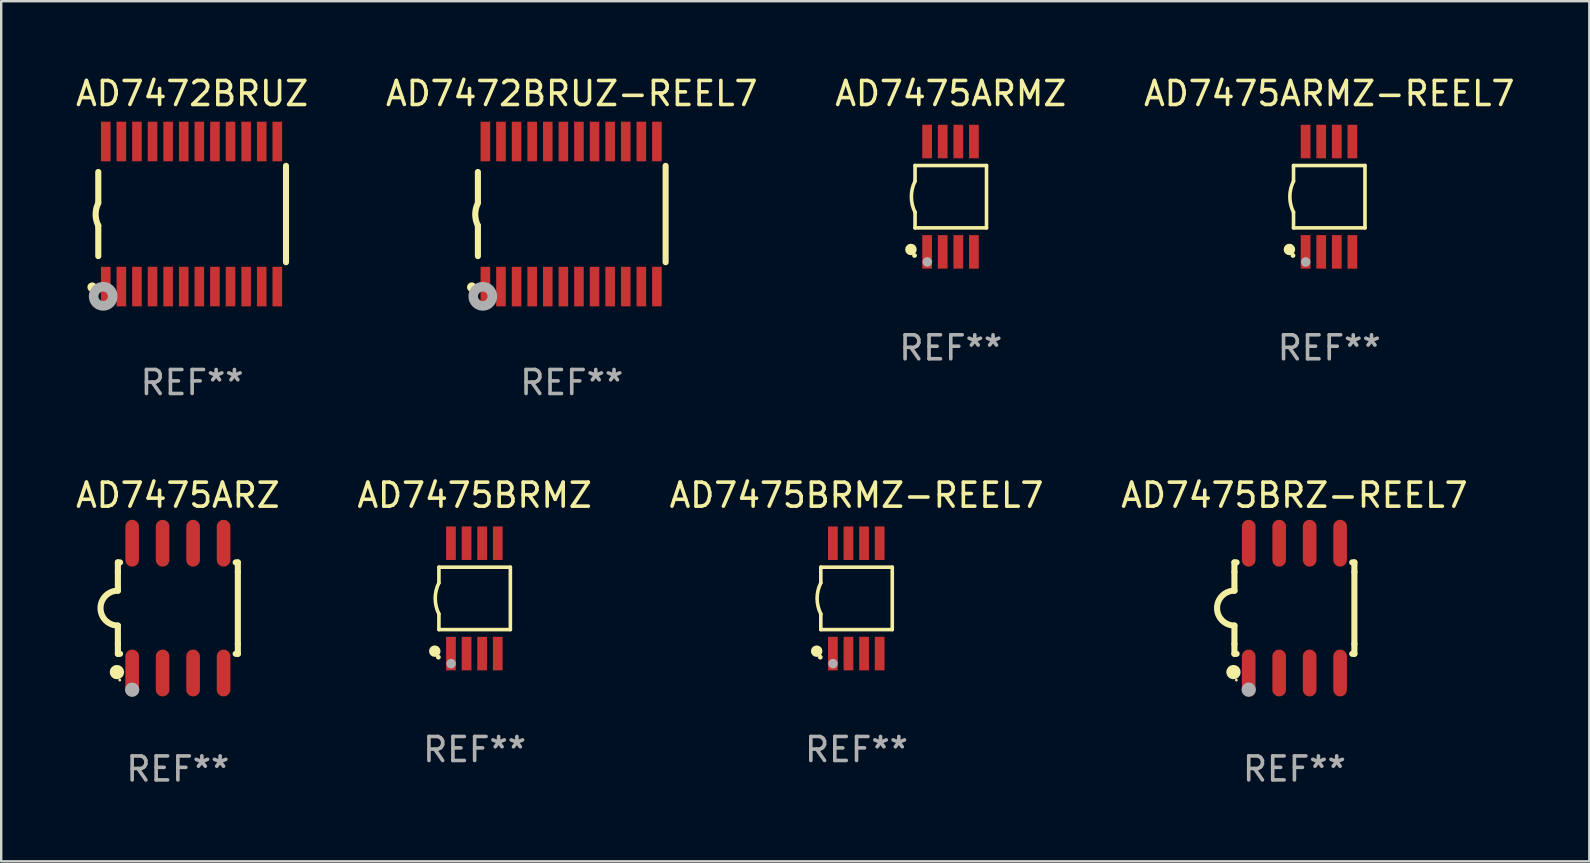
<source format=kicad_pcb>
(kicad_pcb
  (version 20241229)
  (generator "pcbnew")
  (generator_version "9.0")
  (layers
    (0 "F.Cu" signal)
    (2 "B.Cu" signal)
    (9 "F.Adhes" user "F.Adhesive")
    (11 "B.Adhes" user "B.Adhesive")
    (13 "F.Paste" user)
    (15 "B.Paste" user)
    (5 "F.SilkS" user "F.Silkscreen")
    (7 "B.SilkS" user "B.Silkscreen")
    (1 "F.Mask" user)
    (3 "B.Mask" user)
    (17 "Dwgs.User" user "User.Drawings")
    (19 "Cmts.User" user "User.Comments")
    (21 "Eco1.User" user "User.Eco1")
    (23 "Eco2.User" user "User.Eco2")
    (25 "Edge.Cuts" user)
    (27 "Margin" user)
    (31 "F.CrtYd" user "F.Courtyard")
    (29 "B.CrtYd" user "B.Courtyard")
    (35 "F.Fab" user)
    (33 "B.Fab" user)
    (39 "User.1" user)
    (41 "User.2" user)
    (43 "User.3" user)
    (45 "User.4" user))
  (footprint "AD7475ARMZ-REEL7"
    (layer "F.Cu")
    (at 52.351 5.148)
    (property "Reference" "AD7475ARMZ-REEL7" (at 0 -4.3 0) (layer "F.SilkS") (effects (font (size 1 1) (thickness 0.15))))
    (attr through_hole)
    (fp_line (start -1.489 -1.3) (end -1.489 -0.648) (stroke (width 0.15) (type solid)) (layer "F.SilkS"))
    (fp_line (start -1.489 0.648) (end -1.489 1.3) (stroke (width 0.15) (type solid)) (layer "F.SilkS"))
    (fp_line (start -1.489 1.3) (end 1.489 1.3) (stroke (width 0.15) (type solid)) (layer "F.SilkS"))
    (fp_line (start 1.489 -1.3) (end -1.489 -1.3) (stroke (width 0.15) (type solid)) (layer "F.SilkS"))
    (fp_line (start 1.489 1.3) (end 1.489 -1.3) (stroke (width 0.15) (type solid)) (layer "F.SilkS"))
    (fp_arc (start -1.489205 0.647702) (mid -1.642107 0) (end -1.489205 -0.647701) (stroke (width 0.150013) (type solid)) (layer "F.SilkS"))
    (fp_circle (center -1.661 2.2) (end -1.541 2.2) (stroke (width 0.24) (type solid)) (fill no) (layer "F.SilkS"))
    (fp_circle (center -1.511 2.45) (end -1.461 2.45) (stroke (width 0.1) (type solid)) (fill no) (layer "F.SilkS"))
    (fp_circle (center -0.981 2.72) (end -0.881 2.72) (stroke (width 0.2) (type solid)) (fill no) (layer "F.Fab"))
    (fp_text user "REF**" (at 0 6.3 0) (layer "F.Fab") (effects (font (size 1 1) (thickness 0.15))))
    (pad "1" smd rect (at -0.986 2.3) (size 0.406 1.397) (layers "F.Cu" "F.Mask" "F.Paste"))
    (pad "2" smd rect (at -0.336 2.3) (size 0.406 1.397) (layers "F.Cu" "F.Mask" "F.Paste"))
    (pad "3" smd rect (at 0.314 2.3) (size 0.406 1.397) (layers "F.Cu" "F.Mask" "F.Paste"))
    (pad "4" smd rect (at 0.964 2.3) (size 0.406 1.397) (layers "F.Cu" "F.Mask" "F.Paste"))
    (pad "5" smd rect (at 0.964 -2.3) (size 0.406 1.397) (layers "F.Cu" "F.Mask" "F.Paste"))
    (pad "6" smd rect (at 0.314 -2.3) (size 0.406 1.397) (layers "F.Cu" "F.Mask" "F.Paste"))
    (pad "7" smd rect (at -0.336 -2.3) (size 0.406 1.397) (layers "F.Cu" "F.Mask" "F.Paste"))
    (pad "8" smd rect (at -0.986 -2.3) (size 0.406 1.397) (layers "F.Cu" "F.Mask" "F.Paste")))
  (footprint "AD7475BRMZ-REEL7"
    (layer "F.Cu")
    (at 32.649 21.89)
    (property "Reference" "AD7475BRMZ-REEL7" (at 0 -4.3 0) (layer "F.SilkS") (effects (font (size 1 1) (thickness 0.15))))
    (attr through_hole)
    (fp_line (start -1.489 -1.3) (end -1.489 -0.648) (stroke (width 0.15) (type solid)) (layer "F.SilkS"))
    (fp_line (start -1.489 0.648) (end -1.489 1.3) (stroke (width 0.15) (type solid)) (layer "F.SilkS"))
    (fp_line (start -1.489 1.3) (end 1.489 1.3) (stroke (width 0.15) (type solid)) (layer "F.SilkS"))
    (fp_line (start 1.489 -1.3) (end -1.489 -1.3) (stroke (width 0.15) (type solid)) (layer "F.SilkS"))
    (fp_line (start 1.489 1.3) (end 1.489 -1.3) (stroke (width 0.15) (type solid)) (layer "F.SilkS"))
    (fp_arc (start -1.489205 0.647702) (mid -1.642107 0) (end -1.489205 -0.647701) (stroke (width 0.150013) (type solid)) (layer "F.SilkS"))
    (fp_circle (center -1.661 2.2) (end -1.541 2.2) (stroke (width 0.24) (type solid)) (fill no) (layer "F.SilkS"))
    (fp_circle (center -1.511 2.45) (end -1.461 2.45) (stroke (width 0.1) (type solid)) (fill no) (layer "F.SilkS"))
    (fp_circle (center -0.981 2.72) (end -0.881 2.72) (stroke (width 0.2) (type solid)) (fill no) (layer "F.Fab"))
    (fp_text user "REF**" (at 0 6.3 0) (layer "F.Fab") (effects (font (size 1 1) (thickness 0.15))))
    (pad "1" smd rect (at -0.986 2.3) (size 0.406 1.397) (layers "F.Cu" "F.Mask" "F.Paste"))
    (pad "2" smd rect (at -0.336 2.3) (size 0.406 1.397) (layers "F.Cu" "F.Mask" "F.Paste"))
    (pad "3" smd rect (at 0.314 2.3) (size 0.406 1.397) (layers "F.Cu" "F.Mask" "F.Paste"))
    (pad "4" smd rect (at 0.964 2.3) (size 0.406 1.397) (layers "F.Cu" "F.Mask" "F.Paste"))
    (pad "5" smd rect (at 0.964 -2.3) (size 0.406 1.397) (layers "F.Cu" "F.Mask" "F.Paste"))
    (pad "6" smd rect (at 0.314 -2.3) (size 0.406 1.397) (layers "F.Cu" "F.Mask" "F.Paste"))
    (pad "7" smd rect (at -0.336 -2.3) (size 0.406 1.397) (layers "F.Cu" "F.Mask" "F.Paste"))
    (pad "8" smd rect (at -0.986 -2.3) (size 0.406 1.397) (layers "F.Cu" "F.Mask" "F.Paste")))
  (footprint "AD7472BRUZ-REEL7"
    (layer "F.Cu")
    (at 20.78 5.871)
    (property "Reference" "AD7472BRUZ-REEL7" (at 0 -5.023 0) (layer "F.SilkS") (effects (font (size 1 1) (thickness 0.15))))
    (attr through_hole)
    (fp_line (start -3.912 -0.483) (end -3.912 -1.753) (stroke (width 0.254) (type solid)) (layer "F.SilkS"))
    (fp_line (start -3.912 1.753) (end -3.912 0.483) (stroke (width 0.254) (type solid)) (layer "F.SilkS"))
    (fp_line (start 3.912 -2.007) (end 3.912 2.007) (stroke (width 0.254) (type solid)) (layer "F.SilkS"))
    (fp_arc (start -3.911608 0.482601) (mid -4.022537 0.0127) (end -3.911608 -0.457201) (stroke (width 0.254001) (type solid)) (layer "F.SilkS"))
    (fp_circle (center -4.166 3.048) (end -4.066 3.048) (stroke (width 0.2) (type solid)) (fill no) (layer "F.SilkS"))
    (fp_circle (center -3.925 3.186) (end -3.895 3.186) (stroke (width 0.06) (type solid)) (fill no) (layer "F.SilkS"))
    (fp_circle (center -3.708 3.429) (end -3.509 3.429) (stroke (width 0.4) (type solid)) (fill no) (layer "F.Fab"))
    (fp_text user "REF**" (at 0 7.023 0) (layer "F.Fab") (effects (font (size 1 1) (thickness 0.15))))
    (pad "1" smd rect (at -3.6 3.023) (size 0.4 1.65) (layers "F.Cu" "F.Mask" "F.Paste"))
    (pad "2" smd rect (at -2.95 3.023) (size 0.4 1.65) (layers "F.Cu" "F.Mask" "F.Paste"))
    (pad "3" smd rect (at -2.3 3.023) (size 0.4 1.65) (layers "F.Cu" "F.Mask" "F.Paste"))
    (pad "4" smd rect (at -1.65 3.023) (size 0.4 1.65) (layers "F.Cu" "F.Mask" "F.Paste"))
    (pad "5" smd rect (at -1 3.023) (size 0.4 1.65) (layers "F.Cu" "F.Mask" "F.Paste"))
    (pad "6" smd rect (at -0.35 3.023) (size 0.4 1.65) (layers "F.Cu" "F.Mask" "F.Paste"))
    (pad "7" smd rect (at 0.299 3.023) (size 0.4 1.65) (layers "F.Cu" "F.Mask" "F.Paste"))
    (pad "8" smd rect (at 0.95 3.023) (size 0.4 1.65) (layers "F.Cu" "F.Mask" "F.Paste"))
    (pad "9" smd rect (at 1.6 3.023) (size 0.4 1.65) (layers "F.Cu" "F.Mask" "F.Paste"))
    (pad "10" smd rect (at 2.25 3.023) (size 0.4 1.65) (layers "F.Cu" "F.Mask" "F.Paste"))
    (pad "11" smd rect (at 2.9 3.023) (size 0.4 1.65) (layers "F.Cu" "F.Mask" "F.Paste"))
    (pad "12" smd rect (at 3.549 3.023) (size 0.4 1.65) (layers "F.Cu" "F.Mask" "F.Paste"))
    (pad "13" smd rect (at 3.549 -3.023) (size 0.4 1.65) (layers "F.Cu" "F.Mask" "F.Paste"))
    (pad "14" smd rect (at 2.9 -3.023) (size 0.4 1.65) (layers "F.Cu" "F.Mask" "F.Paste"))
    (pad "15" smd rect (at 2.25 -3.023) (size 0.4 1.65) (layers "F.Cu" "F.Mask" "F.Paste"))
    (pad "16" smd rect (at 1.6 -3.023) (size 0.4 1.65) (layers "F.Cu" "F.Mask" "F.Paste"))
    (pad "17" smd rect (at 0.95 -3.023) (size 0.4 1.65) (layers "F.Cu" "F.Mask" "F.Paste"))
    (pad "18" smd rect (at 0.299 -3.023) (size 0.4 1.65) (layers "F.Cu" "F.Mask" "F.Paste"))
    (pad "19" smd rect (at -0.35 -3.023) (size 0.4 1.65) (layers "F.Cu" "F.Mask" "F.Paste"))
    (pad "20" smd rect (at -1 -3.023) (size 0.4 1.65) (layers "F.Cu" "F.Mask" "F.Paste"))
    (pad "21" smd rect (at -1.65 -3.023) (size 0.4 1.65) (layers "F.Cu" "F.Mask" "F.Paste"))
    (pad "22" smd rect (at -2.3 -3.023) (size 0.4 1.65) (layers "F.Cu" "F.Mask" "F.Paste"))
    (pad "23" smd rect (at -2.95 -3.023) (size 0.4 1.65) (layers "F.Cu" "F.Mask" "F.Paste"))
    (pad "24" smd rect (at -3.6 -3.023) (size 0.4 1.65) (layers "F.Cu" "F.Mask" "F.Paste")))
  (footprint "AD7475BRMZ"
    (layer "F.Cu")
    (at 16.732 21.89)
    (property "Reference" "AD7475BRMZ" (at 0 -4.3 0) (layer "F.SilkS") (effects (font (size 1 1) (thickness 0.15))))
    (attr through_hole)
    (fp_line (start -1.489 -1.3) (end -1.489 -0.648) (stroke (width 0.15) (type solid)) (layer "F.SilkS"))
    (fp_line (start -1.489 0.648) (end -1.489 1.3) (stroke (width 0.15) (type solid)) (layer "F.SilkS"))
    (fp_line (start -1.489 1.3) (end 1.489 1.3) (stroke (width 0.15) (type solid)) (layer "F.SilkS"))
    (fp_line (start 1.489 -1.3) (end -1.489 -1.3) (stroke (width 0.15) (type solid)) (layer "F.SilkS"))
    (fp_line (start 1.489 1.3) (end 1.489 -1.3) (stroke (width 0.15) (type solid)) (layer "F.SilkS"))
    (fp_arc (start -1.489205 0.647702) (mid -1.642107 0) (end -1.489205 -0.647701) (stroke (width 0.150013) (type solid)) (layer "F.SilkS"))
    (fp_circle (center -1.661 2.2) (end -1.541 2.2) (stroke (width 0.24) (type solid)) (fill no) (layer "F.SilkS"))
    (fp_circle (center -1.511 2.45) (end -1.461 2.45) (stroke (width 0.1) (type solid)) (fill no) (layer "F.SilkS"))
    (fp_circle (center -0.981 2.72) (end -0.881 2.72) (stroke (width 0.2) (type solid)) (fill no) (layer "F.Fab"))
    (fp_text user "REF**" (at 0 6.3 0) (layer "F.Fab") (effects (font (size 1 1) (thickness 0.15))))
    (pad "1" smd rect (at -0.986 2.3) (size 0.406 1.397) (layers "F.Cu" "F.Mask" "F.Paste"))
    (pad "2" smd rect (at -0.336 2.3) (size 0.406 1.397) (layers "F.Cu" "F.Mask" "F.Paste"))
    (pad "3" smd rect (at 0.314 2.3) (size 0.406 1.397) (layers "F.Cu" "F.Mask" "F.Paste"))
    (pad "4" smd rect (at 0.964 2.3) (size 0.406 1.397) (layers "F.Cu" "F.Mask" "F.Paste"))
    (pad "5" smd rect (at 0.964 -2.3) (size 0.406 1.397) (layers "F.Cu" "F.Mask" "F.Paste"))
    (pad "6" smd rect (at 0.314 -2.3) (size 0.406 1.397) (layers "F.Cu" "F.Mask" "F.Paste"))
    (pad "7" smd rect (at -0.336 -2.3) (size 0.406 1.397) (layers "F.Cu" "F.Mask" "F.Paste"))
    (pad "8" smd rect (at -0.986 -2.3) (size 0.406 1.397) (layers "F.Cu" "F.Mask" "F.Paste")))
  (footprint "AD7475ARZ"
    (layer "F.Cu")
    (at 4.363 22.295)
    (property "Reference" "AD7475ARZ" (at 0 -4.705 0) (layer "F.SilkS") (effects (font (size 1 1) (thickness 0.15))))
    (attr through_hole)
    (fp_line (start -2.5 -1.905) (end -2.409 -1.905) (stroke (width 0.254) (type solid)) (layer "F.SilkS"))
    (fp_line (start -2.5 -1.5) (end -2.5 -1.905) (stroke (width 0.254) (type solid)) (layer "F.SilkS"))
    (fp_line (start -2.5 -1.5) (end -2.5 -0.726) (stroke (width 0.254) (type solid)) (layer "F.SilkS"))
    (fp_line (start -2.5 1.5) (end -2.5 0.727) (stroke (width 0.254) (type solid)) (layer "F.SilkS"))
    (fp_line (start -2.5 1.5) (end -2.5 1.905) (stroke (width 0.254) (type solid)) (layer "F.SilkS"))
    (fp_line (start -2.5 1.905) (end -2.409 1.905) (stroke (width 0.254) (type solid)) (layer "F.SilkS"))
    (fp_line (start 2.5 -1.905) (end 2.409 -1.905) (stroke (width 0.254) (type solid)) (layer "F.SilkS"))
    (fp_line (start 2.5 -1.5) (end 2.5 -1.905) (stroke (width 0.254) (type solid)) (layer "F.SilkS"))
    (fp_line (start 2.5 -1.5) (end 2.5 1.5) (stroke (width 0.254) (type solid)) (layer "F.SilkS"))
    (fp_line (start 2.5 1.5) (end 2.5 1.905) (stroke (width 0.254) (type solid)) (layer "F.SilkS"))
    (fp_line (start 2.5 1.905) (end 2.409 1.905) (stroke (width 0.254) (type solid)) (layer "F.SilkS"))
    (fp_arc (start -2.5 0.726568) (mid -3.220316 -0.0023) (end -2.495097 -0.726289) (stroke (width 0.254001) (type solid)) (layer "F.SilkS"))
    (fp_circle (center -2.54 2.667) (end -2.39 2.667) (stroke (width 0.3) (type solid)) (fill no) (layer "F.SilkS"))
    (fp_circle (center -2.42 3) (end -2.39 3) (stroke (width 0.06) (type solid)) (fill no) (layer "F.SilkS"))
    (fp_circle (center -1.905 3.4) (end -1.755 3.4) (stroke (width 0.3) (type solid)) (fill no) (layer "F.Fab"))
    (fp_text user "REF**" (at 0 6.705 0) (layer "F.Fab") (effects (font (size 1 1) (thickness 0.15))))
    (pad "1" smd oval (at -1.905 2.705) (size 0.568 1.95) (layers "F.Cu" "F.Mask" "F.Paste"))
    (pad "2" smd oval (at -0.635 2.705) (size 0.568 1.95) (layers "F.Cu" "F.Mask" "F.Paste"))
    (pad "3" smd oval (at 0.635 2.705) (size 0.568 1.95) (layers "F.Cu" "F.Mask" "F.Paste"))
    (pad "4" smd oval (at 1.905 2.705) (size 0.568 1.95) (layers "F.Cu" "F.Mask" "F.Paste"))
    (pad "5" smd oval (at 1.905 -2.705) (size 0.568 1.95) (layers "F.Cu" "F.Mask" "F.Paste"))
    (pad "6" smd oval (at 0.635 -2.705) (size 0.568 1.95) (layers "F.Cu" "F.Mask" "F.Paste"))
    (pad "7" smd oval (at -0.635 -2.705) (size 0.568 1.95) (layers "F.Cu" "F.Mask" "F.Paste"))
    (pad "8" smd oval (at -1.905 -2.705) (size 0.568 1.95) (layers "F.Cu" "F.Mask" "F.Paste")))
  (footprint "AD7475ARMZ"
    (layer "F.Cu")
    (at 36.577 5.148)
    (property "Reference" "AD7475ARMZ" (at 0 -4.3 0) (layer "F.SilkS") (effects (font (size 1 1) (thickness 0.15))))
    (attr through_hole)
    (fp_line (start -1.489 -1.3) (end -1.489 -0.648) (stroke (width 0.15) (type solid)) (layer "F.SilkS"))
    (fp_line (start -1.489 0.648) (end -1.489 1.3) (stroke (width 0.15) (type solid)) (layer "F.SilkS"))
    (fp_line (start -1.489 1.3) (end 1.489 1.3) (stroke (width 0.15) (type solid)) (layer "F.SilkS"))
    (fp_line (start 1.489 -1.3) (end -1.489 -1.3) (stroke (width 0.15) (type solid)) (layer "F.SilkS"))
    (fp_line (start 1.489 1.3) (end 1.489 -1.3) (stroke (width 0.15) (type solid)) (layer "F.SilkS"))
    (fp_arc (start -1.489205 0.647702) (mid -1.642107 0) (end -1.489205 -0.647701) (stroke (width 0.150013) (type solid)) (layer "F.SilkS"))
    (fp_circle (center -1.661 2.2) (end -1.541 2.2) (stroke (width 0.24) (type solid)) (fill no) (layer "F.SilkS"))
    (fp_circle (center -1.511 2.45) (end -1.461 2.45) (stroke (width 0.1) (type solid)) (fill no) (layer "F.SilkS"))
    (fp_circle (center -0.981 2.72) (end -0.881 2.72) (stroke (width 0.2) (type solid)) (fill no) (layer "F.Fab"))
    (fp_text user "REF**" (at 0 6.3 0) (layer "F.Fab") (effects (font (size 1 1) (thickness 0.15))))
    (pad "1" smd rect (at -0.986 2.3) (size 0.406 1.397) (layers "F.Cu" "F.Mask" "F.Paste"))
    (pad "2" smd rect (at -0.336 2.3) (size 0.406 1.397) (layers "F.Cu" "F.Mask" "F.Paste"))
    (pad "3" smd rect (at 0.314 2.3) (size 0.406 1.397) (layers "F.Cu" "F.Mask" "F.Paste"))
    (pad "4" smd rect (at 0.964 2.3) (size 0.406 1.397) (layers "F.Cu" "F.Mask" "F.Paste"))
    (pad "5" smd rect (at 0.964 -2.3) (size 0.406 1.397) (layers "F.Cu" "F.Mask" "F.Paste"))
    (pad "6" smd rect (at 0.314 -2.3) (size 0.406 1.397) (layers "F.Cu" "F.Mask" "F.Paste"))
    (pad "7" smd rect (at -0.336 -2.3) (size 0.406 1.397) (layers "F.Cu" "F.Mask" "F.Paste"))
    (pad "8" smd rect (at -0.986 -2.3) (size 0.406 1.397) (layers "F.Cu" "F.Mask" "F.Paste")))
  (footprint "AD7472BRUZ"
    (layer "F.Cu")
    (at 4.958 5.871)
    (property "Reference" "AD7472BRUZ" (at 0 -5.023 0) (layer "F.SilkS") (effects (font (size 1 1) (thickness 0.15))))
    (attr through_hole)
    (fp_line (start -3.912 -0.483) (end -3.912 -1.753) (stroke (width 0.254) (type solid)) (layer "F.SilkS"))
    (fp_line (start -3.912 1.753) (end -3.912 0.483) (stroke (width 0.254) (type solid)) (layer "F.SilkS"))
    (fp_line (start 3.912 -2.007) (end 3.912 2.007) (stroke (width 0.254) (type solid)) (layer "F.SilkS"))
    (fp_arc (start -3.911608 0.482601) (mid -4.022537 0.0127) (end -3.911608 -0.457201) (stroke (width 0.254001) (type solid)) (layer "F.SilkS"))
    (fp_circle (center -4.166 3.048) (end -4.066 3.048) (stroke (width 0.2) (type solid)) (fill no) (layer "F.SilkS"))
    (fp_circle (center -3.925 3.186) (end -3.895 3.186) (stroke (width 0.06) (type solid)) (fill no) (layer "F.SilkS"))
    (fp_circle (center -3.708 3.429) (end -3.509 3.429) (stroke (width 0.4) (type solid)) (fill no) (layer "F.Fab"))
    (fp_text user "REF**" (at 0 7.023 0) (layer "F.Fab") (effects (font (size 1 1) (thickness 0.15))))
    (pad "1" smd rect (at -3.6 3.023) (size 0.4 1.65) (layers "F.Cu" "F.Mask" "F.Paste"))
    (pad "2" smd rect (at -2.95 3.023) (size 0.4 1.65) (layers "F.Cu" "F.Mask" "F.Paste"))
    (pad "3" smd rect (at -2.3 3.023) (size 0.4 1.65) (layers "F.Cu" "F.Mask" "F.Paste"))
    (pad "4" smd rect (at -1.65 3.023) (size 0.4 1.65) (layers "F.Cu" "F.Mask" "F.Paste"))
    (pad "5" smd rect (at -1 3.023) (size 0.4 1.65) (layers "F.Cu" "F.Mask" "F.Paste"))
    (pad "6" smd rect (at -0.35 3.023) (size 0.4 1.65) (layers "F.Cu" "F.Mask" "F.Paste"))
    (pad "7" smd rect (at 0.299 3.023) (size 0.4 1.65) (layers "F.Cu" "F.Mask" "F.Paste"))
    (pad "8" smd rect (at 0.95 3.023) (size 0.4 1.65) (layers "F.Cu" "F.Mask" "F.Paste"))
    (pad "9" smd rect (at 1.6 3.023) (size 0.4 1.65) (layers "F.Cu" "F.Mask" "F.Paste"))
    (pad "10" smd rect (at 2.25 3.023) (size 0.4 1.65) (layers "F.Cu" "F.Mask" "F.Paste"))
    (pad "11" smd rect (at 2.9 3.023) (size 0.4 1.65) (layers "F.Cu" "F.Mask" "F.Paste"))
    (pad "12" smd rect (at 3.549 3.023) (size 0.4 1.65) (layers "F.Cu" "F.Mask" "F.Paste"))
    (pad "13" smd rect (at 3.549 -3.023) (size 0.4 1.65) (layers "F.Cu" "F.Mask" "F.Paste"))
    (pad "14" smd rect (at 2.9 -3.023) (size 0.4 1.65) (layers "F.Cu" "F.Mask" "F.Paste"))
    (pad "15" smd rect (at 2.25 -3.023) (size 0.4 1.65) (layers "F.Cu" "F.Mask" "F.Paste"))
    (pad "16" smd rect (at 1.6 -3.023) (size 0.4 1.65) (layers "F.Cu" "F.Mask" "F.Paste"))
    (pad "17" smd rect (at 0.95 -3.023) (size 0.4 1.65) (layers "F.Cu" "F.Mask" "F.Paste"))
    (pad "18" smd rect (at 0.299 -3.023) (size 0.4 1.65) (layers "F.Cu" "F.Mask" "F.Paste"))
    (pad "19" smd rect (at -0.35 -3.023) (size 0.4 1.65) (layers "F.Cu" "F.Mask" "F.Paste"))
    (pad "20" smd rect (at -1 -3.023) (size 0.4 1.65) (layers "F.Cu" "F.Mask" "F.Paste"))
    (pad "21" smd rect (at -1.65 -3.023) (size 0.4 1.65) (layers "F.Cu" "F.Mask" "F.Paste"))
    (pad "22" smd rect (at -2.3 -3.023) (size 0.4 1.65) (layers "F.Cu" "F.Mask" "F.Paste"))
    (pad "23" smd rect (at -2.95 -3.023) (size 0.4 1.65) (layers "F.Cu" "F.Mask" "F.Paste"))
    (pad "24" smd rect (at -3.6 -3.023) (size 0.4 1.65) (layers "F.Cu" "F.Mask" "F.Paste")))
  (footprint "AD7475BRZ-REEL7"
    (layer "F.Cu")
    (at 50.899 22.295)
    (property "Reference" "AD7475BRZ-REEL7" (at 0 -4.705 0) (layer "F.SilkS") (effects (font (size 1 1) (thickness 0.15))))
    (attr through_hole)
    (fp_line (start -2.5 -1.905) (end -2.409 -1.905) (stroke (width 0.254) (type solid)) (layer "F.SilkS"))
    (fp_line (start -2.5 -1.5) (end -2.5 -1.905) (stroke (width 0.254) (type solid)) (layer "F.SilkS"))
    (fp_line (start -2.5 -1.5) (end -2.5 -0.726) (stroke (width 0.254) (type solid)) (layer "F.SilkS"))
    (fp_line (start -2.5 1.5) (end -2.5 0.727) (stroke (width 0.254) (type solid)) (layer "F.SilkS"))
    (fp_line (start -2.5 1.5) (end -2.5 1.905) (stroke (width 0.254) (type solid)) (layer "F.SilkS"))
    (fp_line (start -2.5 1.905) (end -2.409 1.905) (stroke (width 0.254) (type solid)) (layer "F.SilkS"))
    (fp_line (start 2.5 -1.905) (end 2.409 -1.905) (stroke (width 0.254) (type solid)) (layer "F.SilkS"))
    (fp_line (start 2.5 -1.5) (end 2.5 -1.905) (stroke (width 0.254) (type solid)) (layer "F.SilkS"))
    (fp_line (start 2.5 -1.5) (end 2.5 1.5) (stroke (width 0.254) (type solid)) (layer "F.SilkS"))
    (fp_line (start 2.5 1.5) (end 2.5 1.905) (stroke (width 0.254) (type solid)) (layer "F.SilkS"))
    (fp_line (start 2.5 1.905) (end 2.409 1.905) (stroke (width 0.254) (type solid)) (layer "F.SilkS"))
    (fp_arc (start -2.5 0.726568) (mid -3.220316 -0.0023) (end -2.495097 -0.726289) (stroke (width 0.254001) (type solid)) (layer "F.SilkS"))
    (fp_circle (center -2.54 2.667) (end -2.39 2.667) (stroke (width 0.3) (type solid)) (fill no) (layer "F.SilkS"))
    (fp_circle (center -2.42 3) (end -2.39 3) (stroke (width 0.06) (type solid)) (fill no) (layer "F.SilkS"))
    (fp_circle (center -1.905 3.4) (end -1.755 3.4) (stroke (width 0.3) (type solid)) (fill no) (layer "F.Fab"))
    (fp_text user "REF**" (at 0 6.705 0) (layer "F.Fab") (effects (font (size 1 1) (thickness 0.15))))
    (pad "1" smd oval (at -1.905 2.705) (size 0.568 1.95) (layers "F.Cu" "F.Mask" "F.Paste"))
    (pad "2" smd oval (at -0.635 2.705) (size 0.568 1.95) (layers "F.Cu" "F.Mask" "F.Paste"))
    (pad "3" smd oval (at 0.635 2.705) (size 0.568 1.95) (layers "F.Cu" "F.Mask" "F.Paste"))
    (pad "4" smd oval (at 1.905 2.705) (size 0.568 1.95) (layers "F.Cu" "F.Mask" "F.Paste"))
    (pad "5" smd oval (at 1.905 -2.705) (size 0.568 1.95) (layers "F.Cu" "F.Mask" "F.Paste"))
    (pad "6" smd oval (at 0.635 -2.705) (size 0.568 1.95) (layers "F.Cu" "F.Mask" "F.Paste"))
    (pad "7" smd oval (at -0.635 -2.705) (size 0.568 1.95) (layers "F.Cu" "F.Mask" "F.Paste"))
    (pad "8" smd oval (at -1.905 -2.705) (size 0.568 1.95) (layers "F.Cu" "F.Mask" "F.Paste")))
  (gr_rect
    (start -3 -3)
    (end 63.19 32.848)
    (stroke (width 0.1) (type default))
    (fill no)
    (layer "Edge.Cuts")))
</source>
